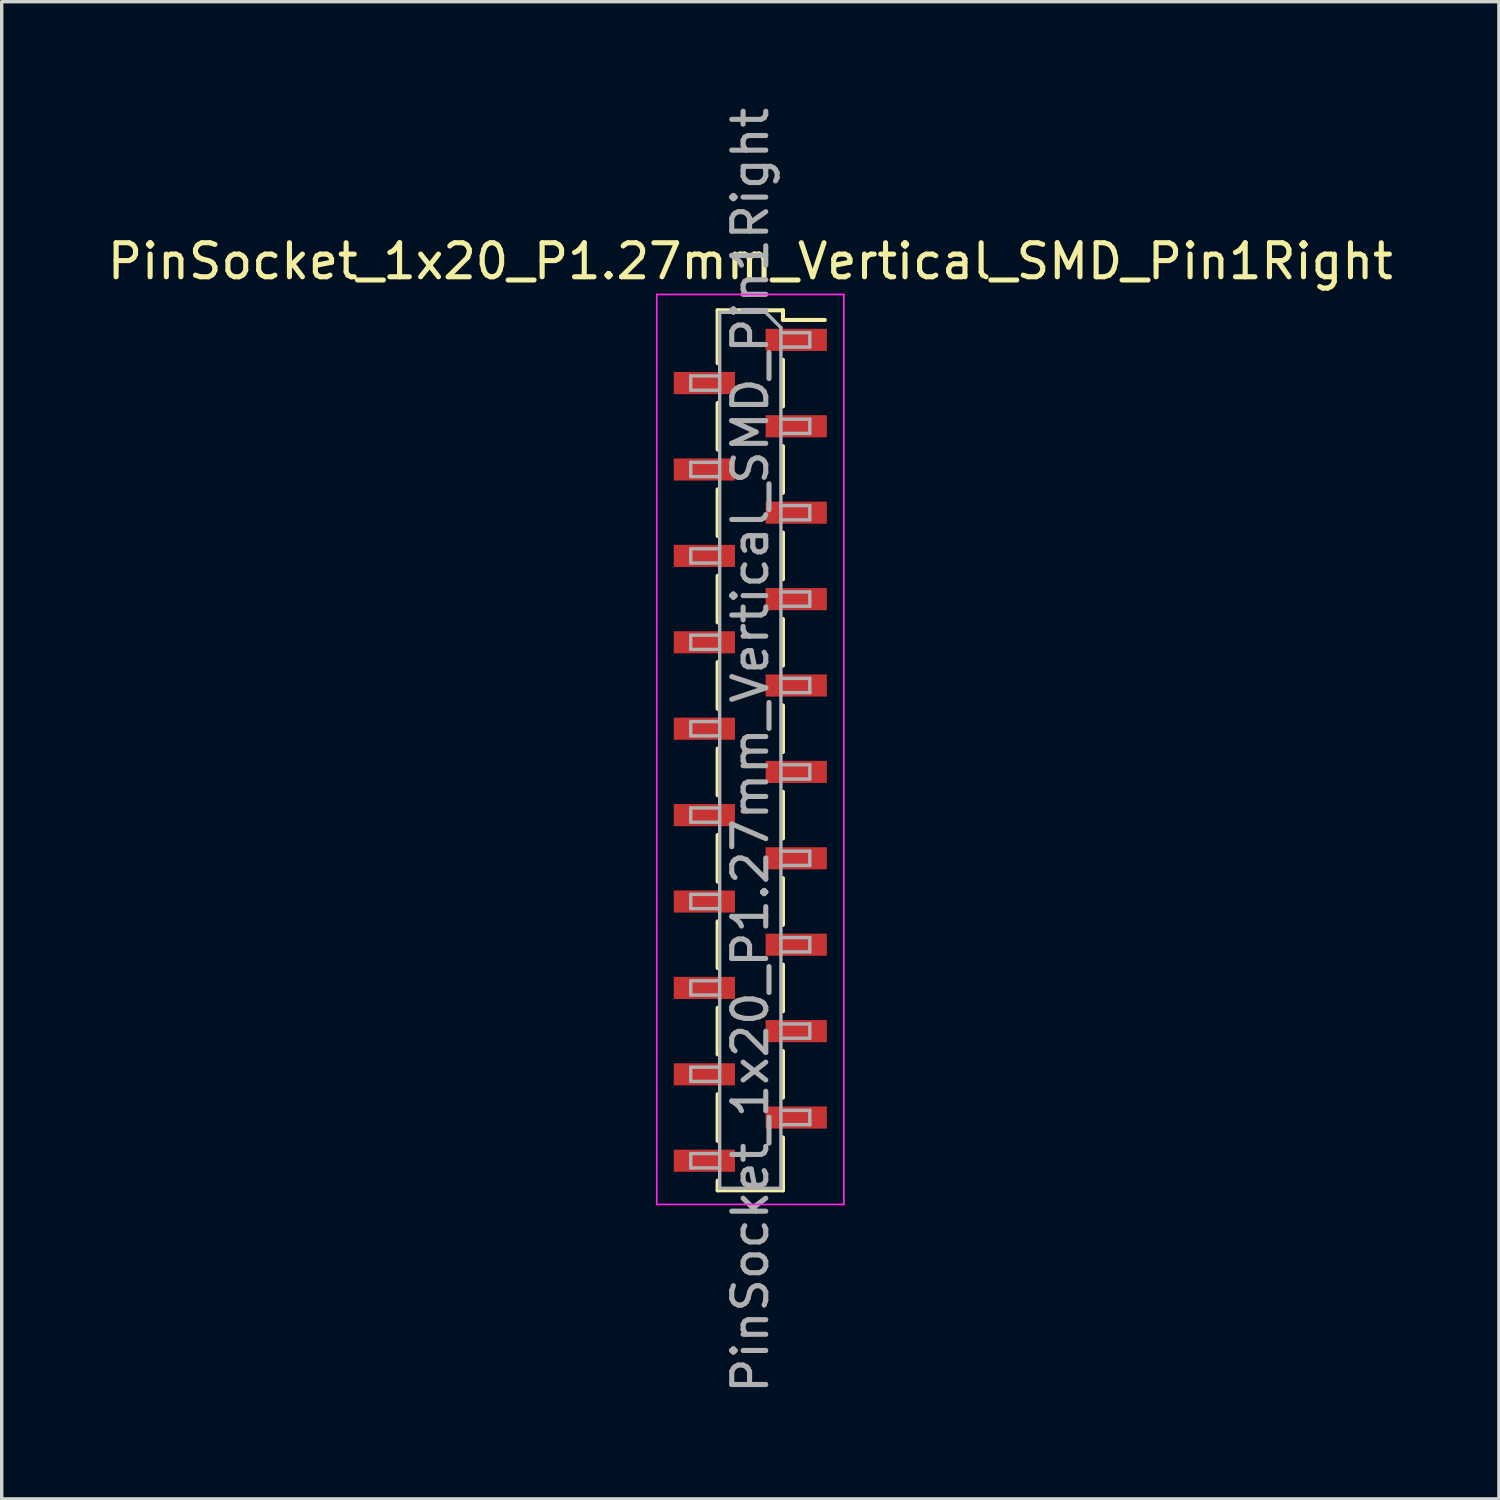
<source format=kicad_pcb>
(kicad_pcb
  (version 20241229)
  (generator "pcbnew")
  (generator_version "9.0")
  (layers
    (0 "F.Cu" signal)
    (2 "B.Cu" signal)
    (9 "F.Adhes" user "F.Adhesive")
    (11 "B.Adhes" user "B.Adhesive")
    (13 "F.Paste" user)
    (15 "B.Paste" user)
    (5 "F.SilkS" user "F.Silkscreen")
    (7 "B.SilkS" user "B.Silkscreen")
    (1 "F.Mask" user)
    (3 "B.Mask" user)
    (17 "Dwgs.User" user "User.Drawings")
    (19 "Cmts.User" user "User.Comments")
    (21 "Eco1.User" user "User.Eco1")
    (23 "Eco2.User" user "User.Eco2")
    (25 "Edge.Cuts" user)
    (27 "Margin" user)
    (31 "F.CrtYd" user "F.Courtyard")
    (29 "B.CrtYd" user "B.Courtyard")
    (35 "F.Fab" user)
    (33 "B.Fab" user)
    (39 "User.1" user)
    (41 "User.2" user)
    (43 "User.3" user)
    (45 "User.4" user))
  (footprint "PinSocket_1x20_P1.27mm_Vertical_SMD_Pin1Right"
    (layer "F.Cu")
    (at 19.006 19.006)
    (property "Reference" "PinSocket_1x20_P1.27mm_Vertical_SMD_Pin1Right" (at 0 -14.375 0) (layer "F.SilkS") (effects (font (size 1 1) (thickness 0.15))))
    (attr smd)
    (fp_line (start -0.96 -12.935) (end -0.96 -11.38) (stroke (width 0.12) (type solid)) (layer "F.SilkS"))
    (fp_line (start -0.96 -12.935) (end 0.96 -12.935) (stroke (width 0.12) (type solid)) (layer "F.SilkS"))
    (fp_line (start -0.96 -10.21) (end -0.96 -8.84) (stroke (width 0.12) (type solid)) (layer "F.SilkS"))
    (fp_line (start -0.96 -7.67) (end -0.96 -6.3) (stroke (width 0.12) (type solid)) (layer "F.SilkS"))
    (fp_line (start -0.96 -5.13) (end -0.96 -3.76) (stroke (width 0.12) (type solid)) (layer "F.SilkS"))
    (fp_line (start -0.96 -2.59) (end -0.96 -1.22) (stroke (width 0.12) (type solid)) (layer "F.SilkS"))
    (fp_line (start -0.96 -0.05) (end -0.96 1.32) (stroke (width 0.12) (type solid)) (layer "F.SilkS"))
    (fp_line (start -0.96 2.49) (end -0.96 3.86) (stroke (width 0.12) (type solid)) (layer "F.SilkS"))
    (fp_line (start -0.96 5.03) (end -0.96 6.4) (stroke (width 0.12) (type solid)) (layer "F.SilkS"))
    (fp_line (start -0.96 7.57) (end -0.96 8.94) (stroke (width 0.12) (type solid)) (layer "F.SilkS"))
    (fp_line (start -0.96 10.11) (end -0.96 11.48) (stroke (width 0.12) (type solid)) (layer "F.SilkS"))
    (fp_line (start -0.96 12.65) (end -0.96 12.935) (stroke (width 0.12) (type solid)) (layer "F.SilkS"))
    (fp_line (start -0.96 12.935) (end 0.96 12.935) (stroke (width 0.12) (type solid)) (layer "F.SilkS"))
    (fp_line (start 0.96 -12.935) (end 0.96 -12.65) (stroke (width 0.12) (type solid)) (layer "F.SilkS"))
    (fp_line (start 0.96 -12.65) (end 2.19 -12.65) (stroke (width 0.12) (type solid)) (layer "F.SilkS"))
    (fp_line (start 0.96 -11.48) (end 0.96 -10.11) (stroke (width 0.12) (type solid)) (layer "F.SilkS"))
    (fp_line (start 0.96 -8.94) (end 0.96 -7.57) (stroke (width 0.12) (type solid)) (layer "F.SilkS"))
    (fp_line (start 0.96 -6.4) (end 0.96 -5.03) (stroke (width 0.12) (type solid)) (layer "F.SilkS"))
    (fp_line (start 0.96 -3.86) (end 0.96 -2.49) (stroke (width 0.12) (type solid)) (layer "F.SilkS"))
    (fp_line (start 0.96 -1.32) (end 0.96 0.05) (stroke (width 0.12) (type solid)) (layer "F.SilkS"))
    (fp_line (start 0.96 1.22) (end 0.96 2.59) (stroke (width 0.12) (type solid)) (layer "F.SilkS"))
    (fp_line (start 0.96 3.76) (end 0.96 5.13) (stroke (width 0.12) (type solid)) (layer "F.SilkS"))
    (fp_line (start 0.96 6.3) (end 0.96 7.67) (stroke (width 0.12) (type solid)) (layer "F.SilkS"))
    (fp_line (start 0.96 8.84) (end 0.96 10.21) (stroke (width 0.12) (type solid)) (layer "F.SilkS"))
    (fp_line (start 0.96 11.38) (end 0.96 12.935) (stroke (width 0.12) (type solid)) (layer "F.SilkS"))
    (fp_line (start -2.75 -13.4) (end 2.75 -13.4) (stroke (width 0.05) (type solid)) (layer "F.CrtYd"))
    (fp_line (start -2.75 13.35) (end -2.75 -13.4) (stroke (width 0.05) (type solid)) (layer "F.CrtYd"))
    (fp_line (start 2.75 -13.4) (end 2.75 13.35) (stroke (width 0.05) (type solid)) (layer "F.CrtYd"))
    (fp_line (start 2.75 13.35) (end -2.75 13.35) (stroke (width 0.05) (type solid)) (layer "F.CrtYd"))
    (fp_line (start -1.75 -11.005) (end -0.9 -11.005) (stroke (width 0.1) (type solid)) (layer "F.Fab"))
    (fp_line (start -1.75 -10.585) (end -1.75 -11.005) (stroke (width 0.1) (type solid)) (layer "F.Fab"))
    (fp_line (start -1.75 -8.465) (end -0.9 -8.465) (stroke (width 0.1) (type solid)) (layer "F.Fab"))
    (fp_line (start -1.75 -8.045) (end -1.75 -8.465) (stroke (width 0.1) (type solid)) (layer "F.Fab"))
    (fp_line (start -1.75 -5.925) (end -0.9 -5.925) (stroke (width 0.1) (type solid)) (layer "F.Fab"))
    (fp_line (start -1.75 -5.505) (end -1.75 -5.925) (stroke (width 0.1) (type solid)) (layer "F.Fab"))
    (fp_line (start -1.75 -3.385) (end -0.9 -3.385) (stroke (width 0.1) (type solid)) (layer "F.Fab"))
    (fp_line (start -1.75 -2.965) (end -1.75 -3.385) (stroke (width 0.1) (type solid)) (layer "F.Fab"))
    (fp_line (start -1.75 -0.845) (end -0.9 -0.845) (stroke (width 0.1) (type solid)) (layer "F.Fab"))
    (fp_line (start -1.75 -0.425) (end -1.75 -0.845) (stroke (width 0.1) (type solid)) (layer "F.Fab"))
    (fp_line (start -1.75 1.695) (end -0.9 1.695) (stroke (width 0.1) (type solid)) (layer "F.Fab"))
    (fp_line (start -1.75 2.115) (end -1.75 1.695) (stroke (width 0.1) (type solid)) (layer "F.Fab"))
    (fp_line (start -1.75 4.235) (end -0.9 4.235) (stroke (width 0.1) (type solid)) (layer "F.Fab"))
    (fp_line (start -1.75 4.655) (end -1.75 4.235) (stroke (width 0.1) (type solid)) (layer "F.Fab"))
    (fp_line (start -1.75 6.775) (end -0.9 6.775) (stroke (width 0.1) (type solid)) (layer "F.Fab"))
    (fp_line (start -1.75 7.195) (end -1.75 6.775) (stroke (width 0.1) (type solid)) (layer "F.Fab"))
    (fp_line (start -1.75 9.315) (end -0.9 9.315) (stroke (width 0.1) (type solid)) (layer "F.Fab"))
    (fp_line (start -1.75 9.735) (end -1.75 9.315) (stroke (width 0.1) (type solid)) (layer "F.Fab"))
    (fp_line (start -1.75 11.855) (end -0.9 11.855) (stroke (width 0.1) (type solid)) (layer "F.Fab"))
    (fp_line (start -1.75 12.275) (end -1.75 11.855) (stroke (width 0.1) (type solid)) (layer "F.Fab"))
    (fp_line (start -0.9 -12.875) (end 0.45 -12.875) (stroke (width 0.1) (type solid)) (layer "F.Fab"))
    (fp_line (start -0.9 -10.585) (end -1.75 -10.585) (stroke (width 0.1) (type solid)) (layer "F.Fab"))
    (fp_line (start -0.9 -8.045) (end -1.75 -8.045) (stroke (width 0.1) (type solid)) (layer "F.Fab"))
    (fp_line (start -0.9 -5.505) (end -1.75 -5.505) (stroke (width 0.1) (type solid)) (layer "F.Fab"))
    (fp_line (start -0.9 -2.965) (end -1.75 -2.965) (stroke (width 0.1) (type solid)) (layer "F.Fab"))
    (fp_line (start -0.9 -0.425) (end -1.75 -0.425) (stroke (width 0.1) (type solid)) (layer "F.Fab"))
    (fp_line (start -0.9 2.115) (end -1.75 2.115) (stroke (width 0.1) (type solid)) (layer "F.Fab"))
    (fp_line (start -0.9 4.655) (end -1.75 4.655) (stroke (width 0.1) (type solid)) (layer "F.Fab"))
    (fp_line (start -0.9 7.195) (end -1.75 7.195) (stroke (width 0.1) (type solid)) (layer "F.Fab"))
    (fp_line (start -0.9 9.735) (end -1.75 9.735) (stroke (width 0.1) (type solid)) (layer "F.Fab"))
    (fp_line (start -0.9 12.275) (end -1.75 12.275) (stroke (width 0.1) (type solid)) (layer "F.Fab"))
    (fp_line (start -0.9 12.875) (end -0.9 -12.875) (stroke (width 0.1) (type solid)) (layer "F.Fab"))
    (fp_line (start 0.45 -12.875) (end 0.9 -12.425) (stroke (width 0.1) (type solid)) (layer "F.Fab"))
    (fp_line (start 0.9 -12.425) (end 0.9 12.875) (stroke (width 0.1) (type solid)) (layer "F.Fab"))
    (fp_line (start 0.9 -12.275) (end 1.75 -12.275) (stroke (width 0.1) (type solid)) (layer "F.Fab"))
    (fp_line (start 0.9 -9.735) (end 1.75 -9.735) (stroke (width 0.1) (type solid)) (layer "F.Fab"))
    (fp_line (start 0.9 -7.195) (end 1.75 -7.195) (stroke (width 0.1) (type solid)) (layer "F.Fab"))
    (fp_line (start 0.9 -4.655) (end 1.75 -4.655) (stroke (width 0.1) (type solid)) (layer "F.Fab"))
    (fp_line (start 0.9 -2.115) (end 1.75 -2.115) (stroke (width 0.1) (type solid)) (layer "F.Fab"))
    (fp_line (start 0.9 0.425) (end 1.75 0.425) (stroke (width 0.1) (type solid)) (layer "F.Fab"))
    (fp_line (start 0.9 2.965) (end 1.75 2.965) (stroke (width 0.1) (type solid)) (layer "F.Fab"))
    (fp_line (start 0.9 5.505) (end 1.75 5.505) (stroke (width 0.1) (type solid)) (layer "F.Fab"))
    (fp_line (start 0.9 8.045) (end 1.75 8.045) (stroke (width 0.1) (type solid)) (layer "F.Fab"))
    (fp_line (start 0.9 10.585) (end 1.75 10.585) (stroke (width 0.1) (type solid)) (layer "F.Fab"))
    (fp_line (start 0.9 12.875) (end -0.9 12.875) (stroke (width 0.1) (type solid)) (layer "F.Fab"))
    (fp_line (start 1.75 -12.275) (end 1.75 -11.855) (stroke (width 0.1) (type solid)) (layer "F.Fab"))
    (fp_line (start 1.75 -11.855) (end 0.9 -11.855) (stroke (width 0.1) (type solid)) (layer "F.Fab"))
    (fp_line (start 1.75 -9.735) (end 1.75 -9.315) (stroke (width 0.1) (type solid)) (layer "F.Fab"))
    (fp_line (start 1.75 -9.315) (end 0.9 -9.315) (stroke (width 0.1) (type solid)) (layer "F.Fab"))
    (fp_line (start 1.75 -7.195) (end 1.75 -6.775) (stroke (width 0.1) (type solid)) (layer "F.Fab"))
    (fp_line (start 1.75 -6.775) (end 0.9 -6.775) (stroke (width 0.1) (type solid)) (layer "F.Fab"))
    (fp_line (start 1.75 -4.655) (end 1.75 -4.235) (stroke (width 0.1) (type solid)) (layer "F.Fab"))
    (fp_line (start 1.75 -4.235) (end 0.9 -4.235) (stroke (width 0.1) (type solid)) (layer "F.Fab"))
    (fp_line (start 1.75 -2.115) (end 1.75 -1.695) (stroke (width 0.1) (type solid)) (layer "F.Fab"))
    (fp_line (start 1.75 -1.695) (end 0.9 -1.695) (stroke (width 0.1) (type solid)) (layer "F.Fab"))
    (fp_line (start 1.75 0.425) (end 1.75 0.845) (stroke (width 0.1) (type solid)) (layer "F.Fab"))
    (fp_line (start 1.75 0.845) (end 0.9 0.845) (stroke (width 0.1) (type solid)) (layer "F.Fab"))
    (fp_line (start 1.75 2.965) (end 1.75 3.385) (stroke (width 0.1) (type solid)) (layer "F.Fab"))
    (fp_line (start 1.75 3.385) (end 0.9 3.385) (stroke (width 0.1) (type solid)) (layer "F.Fab"))
    (fp_line (start 1.75 5.505) (end 1.75 5.925) (stroke (width 0.1) (type solid)) (layer "F.Fab"))
    (fp_line (start 1.75 5.925) (end 0.9 5.925) (stroke (width 0.1) (type solid)) (layer "F.Fab"))
    (fp_line (start 1.75 8.045) (end 1.75 8.465) (stroke (width 0.1) (type solid)) (layer "F.Fab"))
    (fp_line (start 1.75 8.465) (end 0.9 8.465) (stroke (width 0.1) (type solid)) (layer "F.Fab"))
    (fp_line (start 1.75 10.585) (end 1.75 11.005) (stroke (width 0.1) (type solid)) (layer "F.Fab"))
    (fp_line (start 1.75 11.005) (end 0.9 11.005) (stroke (width 0.1) (type solid)) (layer "F.Fab"))
    (fp_text user "${REFERENCE}" (at 0 0 90) (layer "F.Fab") (effects (font (size 1 1) (thickness 0.15))))
    (pad "1" smd rect (at 1.35 -12.065) (size 1.8 0.65) (layers "F.Cu" "F.Mask" "F.Paste"))
    (pad "2" smd rect (at -1.35 -10.795) (size 1.8 0.65) (layers "F.Cu" "F.Mask" "F.Paste"))
    (pad "3" smd rect (at 1.35 -9.525) (size 1.8 0.65) (layers "F.Cu" "F.Mask" "F.Paste"))
    (pad "4" smd rect (at -1.35 -8.255) (size 1.8 0.65) (layers "F.Cu" "F.Mask" "F.Paste"))
    (pad "5" smd rect (at 1.35 -6.985) (size 1.8 0.65) (layers "F.Cu" "F.Mask" "F.Paste"))
    (pad "6" smd rect (at -1.35 -5.715) (size 1.8 0.65) (layers "F.Cu" "F.Mask" "F.Paste"))
    (pad "7" smd rect (at 1.35 -4.445) (size 1.8 0.65) (layers "F.Cu" "F.Mask" "F.Paste"))
    (pad "8" smd rect (at -1.35 -3.175) (size 1.8 0.65) (layers "F.Cu" "F.Mask" "F.Paste"))
    (pad "9" smd rect (at 1.35 -1.905) (size 1.8 0.65) (layers "F.Cu" "F.Mask" "F.Paste"))
    (pad "10" smd rect (at -1.35 -0.635) (size 1.8 0.65) (layers "F.Cu" "F.Mask" "F.Paste"))
    (pad "11" smd rect (at 1.35 0.635) (size 1.8 0.65) (layers "F.Cu" "F.Mask" "F.Paste"))
    (pad "12" smd rect (at -1.35 1.905) (size 1.8 0.65) (layers "F.Cu" "F.Mask" "F.Paste"))
    (pad "13" smd rect (at 1.35 3.175) (size 1.8 0.65) (layers "F.Cu" "F.Mask" "F.Paste"))
    (pad "14" smd rect (at -1.35 4.445) (size 1.8 0.65) (layers "F.Cu" "F.Mask" "F.Paste"))
    (pad "15" smd rect (at 1.35 5.715) (size 1.8 0.65) (layers "F.Cu" "F.Mask" "F.Paste"))
    (pad "16" smd rect (at -1.35 6.985) (size 1.8 0.65) (layers "F.Cu" "F.Mask" "F.Paste"))
    (pad "17" smd rect (at 1.35 8.255) (size 1.8 0.65) (layers "F.Cu" "F.Mask" "F.Paste"))
    (pad "18" smd rect (at -1.35 9.525) (size 1.8 0.65) (layers "F.Cu" "F.Mask" "F.Paste"))
    (pad "19" smd rect (at 1.35 10.795) (size 1.8 0.65) (layers "F.Cu" "F.Mask" "F.Paste"))
    (pad "20" smd rect (at -1.35 12.065) (size 1.8 0.65) (layers "F.Cu" "F.Mask" "F.Paste")))
  (gr_rect
    (start -3 -3)
    (end 41.012 41.012)
    (stroke (width 0.1) (type default))
    (fill no)
    (layer "Edge.Cuts")))
</source>
